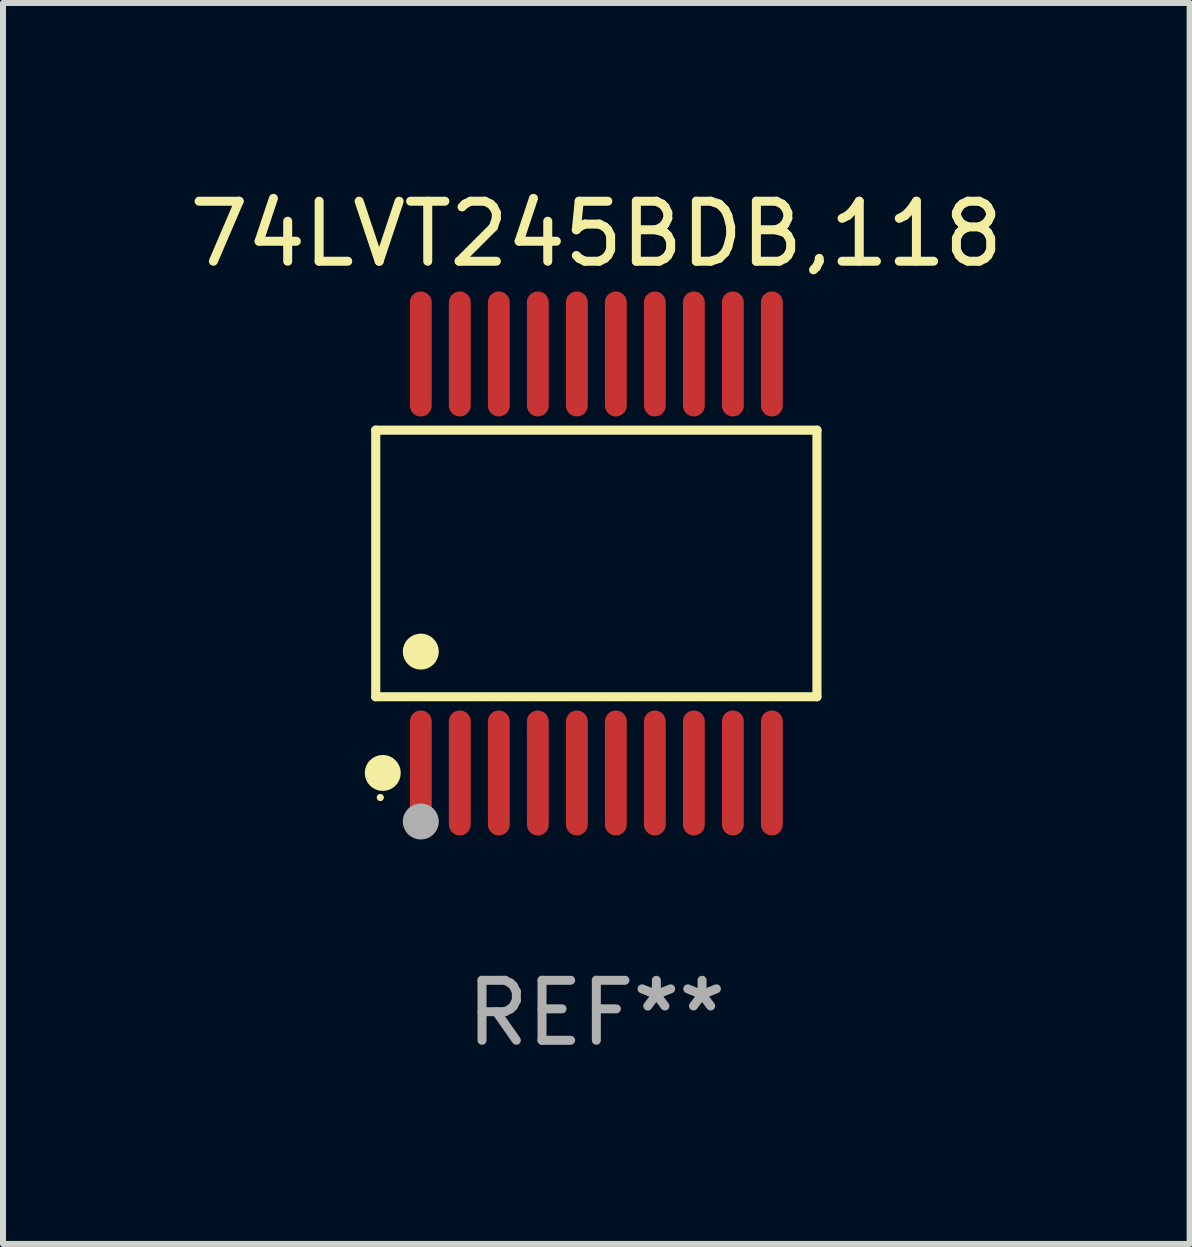
<source format=kicad_pcb>
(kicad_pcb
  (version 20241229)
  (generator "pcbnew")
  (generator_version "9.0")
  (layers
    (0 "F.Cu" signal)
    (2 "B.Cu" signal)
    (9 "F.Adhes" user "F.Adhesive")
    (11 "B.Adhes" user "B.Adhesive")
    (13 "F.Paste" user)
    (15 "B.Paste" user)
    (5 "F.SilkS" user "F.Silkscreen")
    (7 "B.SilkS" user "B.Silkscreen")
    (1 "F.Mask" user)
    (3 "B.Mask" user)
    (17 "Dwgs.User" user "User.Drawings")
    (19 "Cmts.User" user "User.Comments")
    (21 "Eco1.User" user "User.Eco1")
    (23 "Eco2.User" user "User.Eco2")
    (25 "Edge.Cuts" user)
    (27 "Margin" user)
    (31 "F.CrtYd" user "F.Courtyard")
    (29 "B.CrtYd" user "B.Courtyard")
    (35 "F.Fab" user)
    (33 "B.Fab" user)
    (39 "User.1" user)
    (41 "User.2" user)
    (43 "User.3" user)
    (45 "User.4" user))
  (footprint "74LVT245BDB,118"
    (layer "F.Cu")
    (at 6.887 6.339)
    (property "Reference" "74LVT245BDB,118" (at 0 -5.491 0) (layer "F.SilkS") (effects (font (size 1 1) (thickness 0.15))))
    (attr through_hole)
    (fp_line (start -3.676 -2.221) (end 3.676 -2.221) (stroke (width 0.152) (type solid)) (layer "F.SilkS"))
    (fp_line (start -3.676 2.221) (end -3.676 -2.221) (stroke (width 0.152) (type solid)) (layer "F.SilkS"))
    (fp_line (start 3.676 -2.221) (end 3.676 2.221) (stroke (width 0.152) (type solid)) (layer "F.SilkS"))
    (fp_line (start 3.676 2.221) (end -3.676 2.221) (stroke (width 0.152) (type solid)) (layer "F.SilkS"))
    (fp_circle (center -3.6 3.9) (end -3.57 3.9) (stroke (width 0.06) (type solid)) (fill no) (layer "F.SilkS"))
    (fp_circle (center -3.559 3.491) (end -3.409 3.491) (stroke (width 0.3) (type solid)) (fill no) (layer "F.SilkS"))
    (fp_circle (center -2.925 1.469) (end -2.775 1.469) (stroke (width 0.3) (type solid)) (fill no) (layer "F.SilkS"))
    (fp_circle (center -2.925 4.3) (end -2.775 4.3) (stroke (width 0.3) (type solid)) (fill no) (layer "F.Fab"))
    (fp_text user "REF**" (at 0 7.491 0) (layer "F.Fab") (effects (font (size 1 1) (thickness 0.15))))
    (pad "1" smd oval (at -2.925 3.491) (size 0.364 2.082) (layers "F.Cu" "F.Mask" "F.Paste"))
    (pad "2" smd oval (at -2.275 3.491) (size 0.364 2.082) (layers "F.Cu" "F.Mask" "F.Paste"))
    (pad "3" smd oval (at -1.625 3.491) (size 0.364 2.082) (layers "F.Cu" "F.Mask" "F.Paste"))
    (pad "4" smd oval (at -0.975 3.491) (size 0.364 2.082) (layers "F.Cu" "F.Mask" "F.Paste"))
    (pad "5" smd oval (at -0.325 3.491) (size 0.364 2.082) (layers "F.Cu" "F.Mask" "F.Paste"))
    (pad "6" smd oval (at 0.325 3.491) (size 0.364 2.082) (layers "F.Cu" "F.Mask" "F.Paste"))
    (pad "7" smd oval (at 0.975 3.491) (size 0.364 2.082) (layers "F.Cu" "F.Mask" "F.Paste"))
    (pad "8" smd oval (at 1.625 3.491) (size 0.364 2.082) (layers "F.Cu" "F.Mask" "F.Paste"))
    (pad "9" smd oval (at 2.275 3.491) (size 0.364 2.082) (layers "F.Cu" "F.Mask" "F.Paste"))
    (pad "10" smd oval (at 2.925 3.491) (size 0.364 2.082) (layers "F.Cu" "F.Mask" "F.Paste"))
    (pad "11" smd oval (at 2.925 -3.491) (size 0.364 2.082) (layers "F.Cu" "F.Mask" "F.Paste"))
    (pad "12" smd oval (at 2.275 -3.491) (size 0.364 2.082) (layers "F.Cu" "F.Mask" "F.Paste"))
    (pad "13" smd oval (at 1.625 -3.491) (size 0.364 2.082) (layers "F.Cu" "F.Mask" "F.Paste"))
    (pad "14" smd oval (at 0.975 -3.491) (size 0.364 2.082) (layers "F.Cu" "F.Mask" "F.Paste"))
    (pad "15" smd oval (at 0.325 -3.491) (size 0.364 2.082) (layers "F.Cu" "F.Mask" "F.Paste"))
    (pad "16" smd oval (at -0.325 -3.491) (size 0.364 2.082) (layers "F.Cu" "F.Mask" "F.Paste"))
    (pad "17" smd oval (at -0.975 -3.491) (size 0.364 2.082) (layers "F.Cu" "F.Mask" "F.Paste"))
    (pad "18" smd oval (at -1.625 -3.491) (size 0.364 2.082) (layers "F.Cu" "F.Mask" "F.Paste"))
    (pad "19" smd oval (at -2.275 -3.491) (size 0.364 2.082) (layers "F.Cu" "F.Mask" "F.Paste"))
    (pad "20" smd oval (at -2.925 -3.491) (size 0.364 2.082) (layers "F.Cu" "F.Mask" "F.Paste")))
  (gr_rect
    (start -3 -3)
    (end 16.774 17.678)
    (stroke (width 0.1) (type default))
    (fill no)
    (layer "Edge.Cuts")))
</source>
